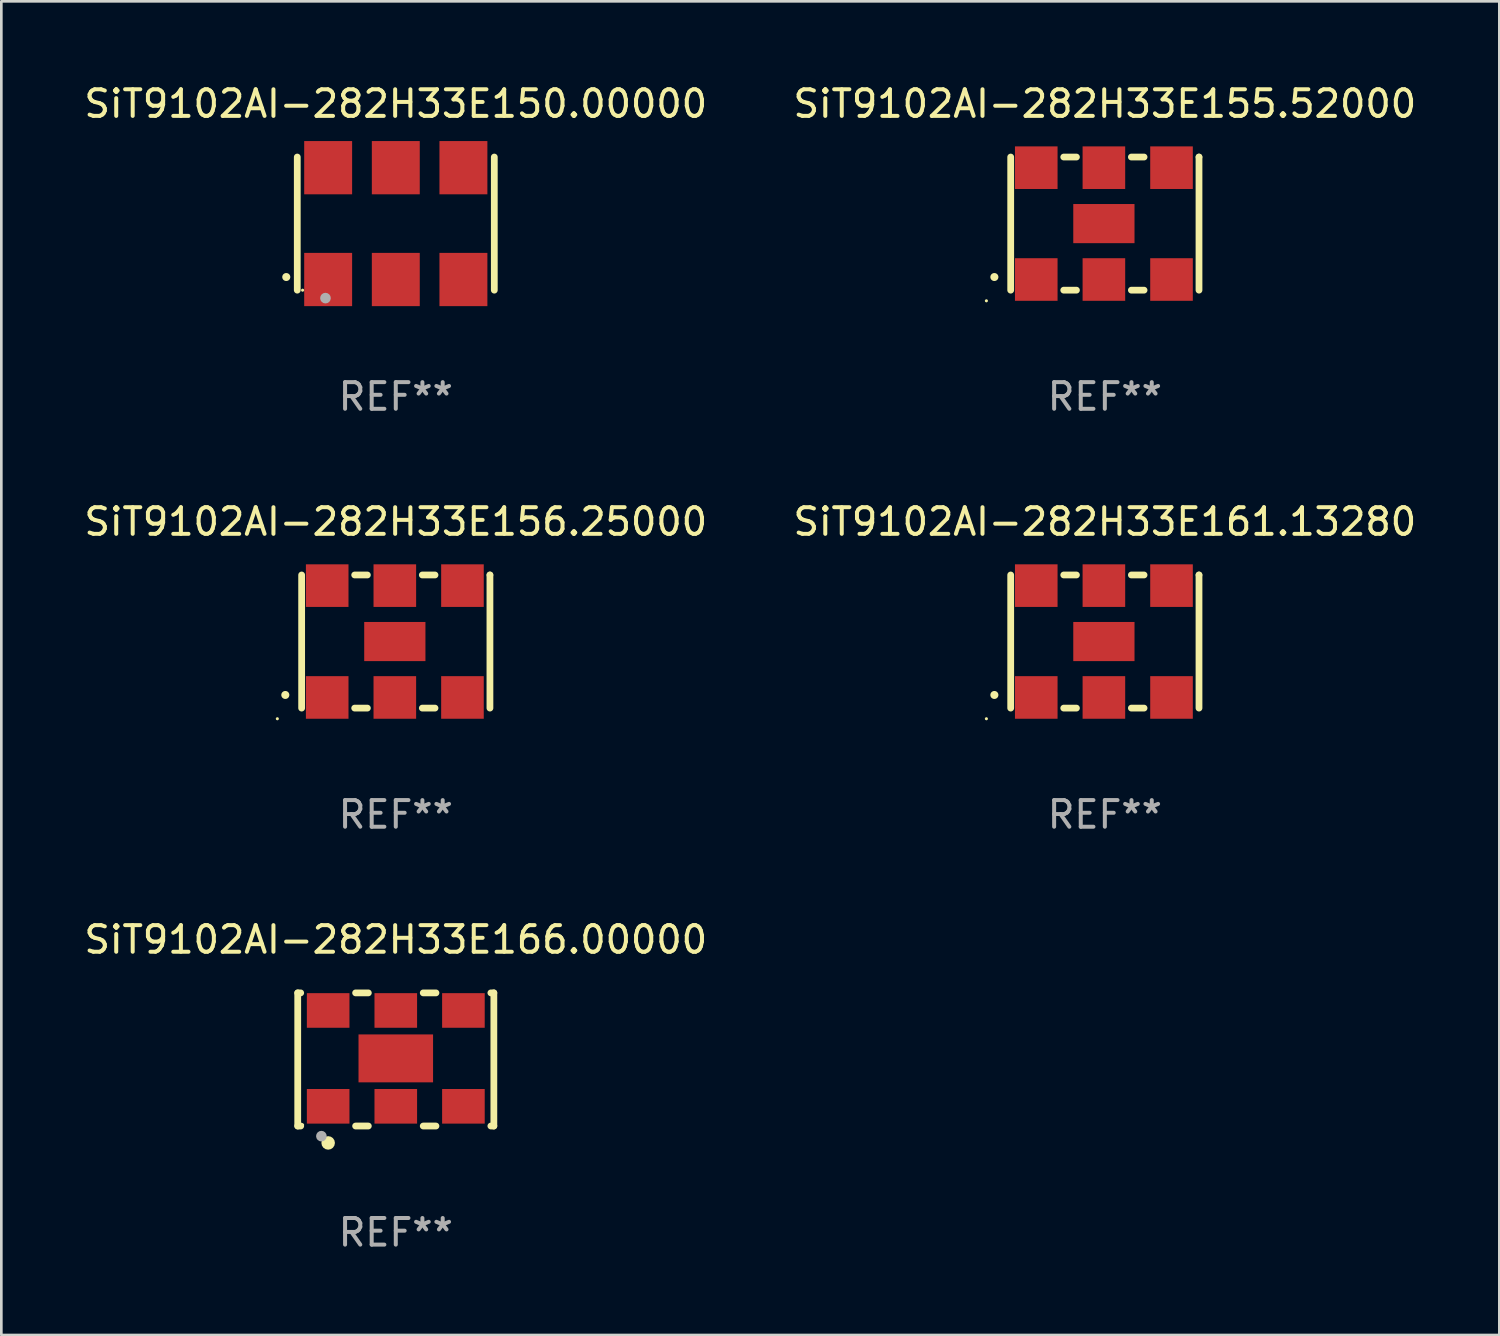
<source format=kicad_pcb>
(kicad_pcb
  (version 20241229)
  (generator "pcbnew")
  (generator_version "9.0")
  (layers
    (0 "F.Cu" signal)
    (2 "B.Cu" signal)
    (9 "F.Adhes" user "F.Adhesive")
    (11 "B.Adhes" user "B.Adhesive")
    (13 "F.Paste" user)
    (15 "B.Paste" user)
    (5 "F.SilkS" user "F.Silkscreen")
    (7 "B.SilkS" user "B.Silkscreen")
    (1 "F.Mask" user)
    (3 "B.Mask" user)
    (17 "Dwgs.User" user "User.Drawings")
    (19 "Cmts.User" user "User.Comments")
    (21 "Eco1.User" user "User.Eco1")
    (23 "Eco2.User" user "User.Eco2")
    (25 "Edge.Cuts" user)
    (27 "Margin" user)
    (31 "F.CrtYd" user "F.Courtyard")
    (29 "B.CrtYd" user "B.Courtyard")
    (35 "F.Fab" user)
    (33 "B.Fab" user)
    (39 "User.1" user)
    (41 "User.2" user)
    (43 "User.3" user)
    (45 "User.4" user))
  (footprint "SiT9102AI-282H33E150.00000"
    (layer "F.Cu")
    (at 11.815 5.348)
    (property "Reference" "SiT9102AI-282H33E150.00000" (at 0 -4.5 0) (layer "F.SilkS") (effects (font (size 1 1) (thickness 0.15))))
    (attr through_hole)
    (fp_line (start -3.7 -2.5) (end -3.7 2.5) (stroke (width 0.254) (type solid)) (layer "F.SilkS"))
    (fp_line (start 3.7 -2.5) (end 3.7 2.5) (stroke (width 0.254) (type solid)) (layer "F.SilkS"))
    (fp_arc (start -4.114415 2.006604) (mid -4.113145 2.006599) (end -4.111875 2.006604) (stroke (width 0.3) (type solid)) (layer "F.SilkS"))
    (fp_circle (center -3.5 2.501) (end -3.47 2.501) (stroke (width 0.06) (type solid)) (fill no) (layer "F.SilkS"))
    (fp_circle (center -2.641 2.799) (end -2.541 2.799) (stroke (width 0.2) (type solid)) (fill no) (layer "F.Fab"))
    (fp_text user "REF**" (at 0 6.5 0) (layer "F.Fab") (effects (font (size 1 1) (thickness 0.15))))
    (pad "1" smd rect (at -2.54 2.1) (size 1.8 2) (layers "F.Cu" "F.Mask" "F.Paste"))
    (pad "2" smd rect (at 0.000394 2.1) (size 1.8 2) (layers "F.Cu" "F.Mask" "F.Paste"))
    (pad "3" smd rect (at 2.54 2.1) (size 1.8 2) (layers "F.Cu" "F.Mask" "F.Paste"))
    (pad "4" smd rect (at 2.54 -2.1) (size 1.8 2) (layers "F.Cu" "F.Mask" "F.Paste"))
    (pad "5" smd rect (at 0.000394 -2.1) (size 1.8 2) (layers "F.Cu" "F.Mask" "F.Paste"))
    (pad "6" smd rect (at -2.54 -2.1) (size 1.8 2) (layers "F.Cu" "F.Mask" "F.Paste")))
  (footprint "SiT9102AI-282H33E156.25000"
    (layer "F.Cu")
    (at 11.815 21.045)
    (property "Reference" "SiT9102AI-282H33E156.25000" (at 0 -4.5 0) (layer "F.SilkS") (effects (font (size 1 1) (thickness 0.15))))
    (attr through_hole)
    (fp_line (start -3.536 -2.5) (end -3.536 2.5) (stroke (width 0.254) (type solid)) (layer "F.SilkS"))
    (fp_line (start -1.544 2.5) (end -1.067 2.5) (stroke (width 0.254) (type solid)) (layer "F.SilkS"))
    (fp_line (start -1.067 -2.5) (end -1.544 -2.5) (stroke (width 0.254) (type solid)) (layer "F.SilkS"))
    (fp_line (start 0.996 2.5) (end 1.473 2.5) (stroke (width 0.254) (type solid)) (layer "F.SilkS"))
    (fp_line (start 1.473 -2.5) (end 0.996 -2.5) (stroke (width 0.254) (type solid)) (layer "F.SilkS"))
    (fp_line (start 3.536 -2.5) (end 3.536 -2.5) (stroke (width 0.254) (type solid)) (layer "F.SilkS"))
    (fp_line (start 3.536 2.5) (end 3.536 -2.5) (stroke (width 0.254) (type solid)) (layer "F.SilkS"))
    (fp_arc (start -4.150432 2.006604) (mid -4.149162 2.006599) (end -4.147892 2.006604) (stroke (width 0.3) (type solid)) (layer "F.SilkS"))
    (fp_circle (center -4.449 2.9) (end -4.419 2.9) (stroke (width 0.06) (type solid)) (fill no) (layer "F.SilkS"))
    (fp_text user "REF**" (at 0 6.5 0) (layer "F.Fab") (effects (font (size 1 1) (thickness 0.15))))
    (pad "1" smd rect (at -2.576 2.1) (size 1.6 1.6) (layers "F.Cu" "F.Mask" "F.Paste"))
    (pad "2" smd rect (at -0.036 2.1) (size 1.6 1.6) (layers "F.Cu" "F.Mask" "F.Paste"))
    (pad "3" smd rect (at 2.504 2.1) (size 1.6 1.6) (layers "F.Cu" "F.Mask" "F.Paste"))
    (pad "4" smd rect (at 2.504 -2.1) (size 1.6 1.6) (layers "F.Cu" "F.Mask" "F.Paste"))
    (pad "5" smd rect (at -0.036 -2.1) (size 1.6 1.6) (layers "F.Cu" "F.Mask" "F.Paste"))
    (pad "6" smd rect (at -2.576 -2.1) (size 1.6 1.6) (layers "F.Cu" "F.Mask" "F.Paste"))
    (pad "7" smd rect (at -0.036 0) (size 2.3 1.47) (layers "F.Cu" "F.Mask" "F.Paste")))
  (footprint "SiT9102AI-282H33E166.00000"
    (layer "F.Cu")
    (at 11.815 36.741)
    (property "Reference" "SiT9102AI-282H33E166.00000" (at 0 -4.5 0) (layer "F.SilkS") (effects (font (size 1 1) (thickness 0.15))))
    (attr through_hole)
    (fp_line (start -3.683 -2.5) (end -3.571 -2.5) (stroke (width 0.254) (type solid)) (layer "F.SilkS"))
    (fp_line (start -3.683 2.5) (end -3.683 -2.5) (stroke (width 0.254) (type solid)) (layer "F.SilkS"))
    (fp_line (start -3.683 2.5) (end -3.571 2.5) (stroke (width 0.254) (type solid)) (layer "F.SilkS"))
    (fp_line (start -1.509 -2.5) (end -1.031 -2.5) (stroke (width 0.254) (type solid)) (layer "F.SilkS"))
    (fp_line (start -1.509 2.5) (end -1.031 2.5) (stroke (width 0.254) (type solid)) (layer "F.SilkS"))
    (fp_line (start 1.031 -2.5) (end 1.509 -2.5) (stroke (width 0.254) (type solid)) (layer "F.SilkS"))
    (fp_line (start 1.031 2.5) (end 1.509 2.5) (stroke (width 0.254) (type solid)) (layer "F.SilkS"))
    (fp_line (start 3.571 -2.5) (end 3.683 -2.5) (stroke (width 0.254) (type solid)) (layer "F.SilkS"))
    (fp_line (start 3.571 2.5) (end 3.683 2.5) (stroke (width 0.254) (type solid)) (layer "F.SilkS"))
    (fp_line (start 3.683 2.5) (end 3.683 -2.5) (stroke (width 0.254) (type solid)) (layer "F.SilkS"))
    (fp_circle (center -3.5 2.46) (end -3.47 2.46) (stroke (width 0.06) (type solid)) (fill no) (layer "F.SilkS"))
    (fp_circle (center -2.54 3.135) (end -2.413 3.135) (stroke (width 0.254) (type solid)) (fill no) (layer "F.SilkS"))
    (fp_circle (center -2.794 2.881) (end -2.694 2.881) (stroke (width 0.2) (type solid)) (fill no) (layer "F.Fab"))
    (fp_text user "REF**" (at 0 6.5 0) (layer "F.Fab") (effects (font (size 1 1) (thickness 0.15))))
    (pad "1" smd rect (at -2.54 1.76) (size 1.6 1.3) (layers "F.Cu" "F.Mask" "F.Paste"))
    (pad "2" smd rect (at 0 1.76) (size 1.6 1.3) (layers "F.Cu" "F.Mask" "F.Paste"))
    (pad "3" smd rect (at 2.54 1.76) (size 1.6 1.3) (layers "F.Cu" "F.Mask" "F.Paste"))
    (pad "4" smd rect (at 2.54 -1.84) (size 1.6 1.3) (layers "F.Cu" "F.Mask" "F.Paste"))
    (pad "5" smd rect (at 0 -1.84) (size 1.6 1.3) (layers "F.Cu" "F.Mask" "F.Paste"))
    (pad "6" smd rect (at -2.54 -1.84) (size 1.6 1.3) (layers "F.Cu" "F.Mask" "F.Paste"))
    (pad "7" smd rect (at 0 -0.04) (size 2.8 1.8) (layers "F.Cu" "F.Mask" "F.Paste")))
  (footprint "SiT9102AI-282H33E161.13280"
    (layer "F.Cu")
    (at 38.446 21.045)
    (property "Reference" "SiT9102AI-282H33E161.13280" (at 0 -4.5 0) (layer "F.SilkS") (effects (font (size 1 1) (thickness 0.15))))
    (attr through_hole)
    (fp_line (start -3.536 -2.5) (end -3.536 2.5) (stroke (width 0.254) (type solid)) (layer "F.SilkS"))
    (fp_line (start -1.544 2.5) (end -1.067 2.5) (stroke (width 0.254) (type solid)) (layer "F.SilkS"))
    (fp_line (start -1.067 -2.5) (end -1.544 -2.5) (stroke (width 0.254) (type solid)) (layer "F.SilkS"))
    (fp_line (start 0.996 2.5) (end 1.473 2.5) (stroke (width 0.254) (type solid)) (layer "F.SilkS"))
    (fp_line (start 1.473 -2.5) (end 0.996 -2.5) (stroke (width 0.254) (type solid)) (layer "F.SilkS"))
    (fp_line (start 3.536 -2.5) (end 3.536 -2.5) (stroke (width 0.254) (type solid)) (layer "F.SilkS"))
    (fp_line (start 3.536 2.5) (end 3.536 -2.5) (stroke (width 0.254) (type solid)) (layer "F.SilkS"))
    (fp_arc (start -4.150432 2.006604) (mid -4.149162 2.006599) (end -4.147892 2.006604) (stroke (width 0.3) (type solid)) (layer "F.SilkS"))
    (fp_circle (center -4.449 2.9) (end -4.419 2.9) (stroke (width 0.06) (type solid)) (fill no) (layer "F.SilkS"))
    (fp_text user "REF**" (at 0 6.5 0) (layer "F.Fab") (effects (font (size 1 1) (thickness 0.15))))
    (pad "1" smd rect (at -2.576 2.1) (size 1.6 1.6) (layers "F.Cu" "F.Mask" "F.Paste"))
    (pad "2" smd rect (at -0.036 2.1) (size 1.6 1.6) (layers "F.Cu" "F.Mask" "F.Paste"))
    (pad "3" smd rect (at 2.504 2.1) (size 1.6 1.6) (layers "F.Cu" "F.Mask" "F.Paste"))
    (pad "4" smd rect (at 2.504 -2.1) (size 1.6 1.6) (layers "F.Cu" "F.Mask" "F.Paste"))
    (pad "5" smd rect (at -0.036 -2.1) (size 1.6 1.6) (layers "F.Cu" "F.Mask" "F.Paste"))
    (pad "6" smd rect (at -2.576 -2.1) (size 1.6 1.6) (layers "F.Cu" "F.Mask" "F.Paste"))
    (pad "7" smd rect (at -0.036 0) (size 2.3 1.47) (layers "F.Cu" "F.Mask" "F.Paste")))
  (footprint "SiT9102AI-282H33E155.52000"
    (layer "F.Cu")
    (at 38.446 5.348)
    (property "Reference" "SiT9102AI-282H33E155.52000" (at 0 -4.5 0) (layer "F.SilkS") (effects (font (size 1 1) (thickness 0.15))))
    (attr through_hole)
    (fp_line (start -3.536 -2.5) (end -3.536 2.5) (stroke (width 0.254) (type solid)) (layer "F.SilkS"))
    (fp_line (start -1.544 2.5) (end -1.067 2.5) (stroke (width 0.254) (type solid)) (layer "F.SilkS"))
    (fp_line (start -1.067 -2.5) (end -1.544 -2.5) (stroke (width 0.254) (type solid)) (layer "F.SilkS"))
    (fp_line (start 0.996 2.5) (end 1.473 2.5) (stroke (width 0.254) (type solid)) (layer "F.SilkS"))
    (fp_line (start 1.473 -2.5) (end 0.996 -2.5) (stroke (width 0.254) (type solid)) (layer "F.SilkS"))
    (fp_line (start 3.536 -2.5) (end 3.536 -2.5) (stroke (width 0.254) (type solid)) (layer "F.SilkS"))
    (fp_line (start 3.536 2.5) (end 3.536 -2.5) (stroke (width 0.254) (type solid)) (layer "F.SilkS"))
    (fp_arc (start -4.150432 2.006604) (mid -4.149162 2.006599) (end -4.147892 2.006604) (stroke (width 0.3) (type solid)) (layer "F.SilkS"))
    (fp_circle (center -4.449 2.9) (end -4.419 2.9) (stroke (width 0.06) (type solid)) (fill no) (layer "F.SilkS"))
    (fp_text user "REF**" (at 0 6.5 0) (layer "F.Fab") (effects (font (size 1 1) (thickness 0.15))))
    (pad "1" smd rect (at -2.576 2.1) (size 1.6 1.6) (layers "F.Cu" "F.Mask" "F.Paste"))
    (pad "2" smd rect (at -0.036 2.1) (size 1.6 1.6) (layers "F.Cu" "F.Mask" "F.Paste"))
    (pad "3" smd rect (at 2.504 2.1) (size 1.6 1.6) (layers "F.Cu" "F.Mask" "F.Paste"))
    (pad "4" smd rect (at 2.504 -2.1) (size 1.6 1.6) (layers "F.Cu" "F.Mask" "F.Paste"))
    (pad "5" smd rect (at -0.036 -2.1) (size 1.6 1.6) (layers "F.Cu" "F.Mask" "F.Paste"))
    (pad "6" smd rect (at -2.576 -2.1) (size 1.6 1.6) (layers "F.Cu" "F.Mask" "F.Paste"))
    (pad "7" smd rect (at -0.036 0) (size 2.3 1.47) (layers "F.Cu" "F.Mask" "F.Paste")))
  (gr_rect
    (start -3 -3)
    (end 53.262 47.09)
    (stroke (width 0.1) (type default))
    (fill no)
    (layer "Edge.Cuts")))
</source>
